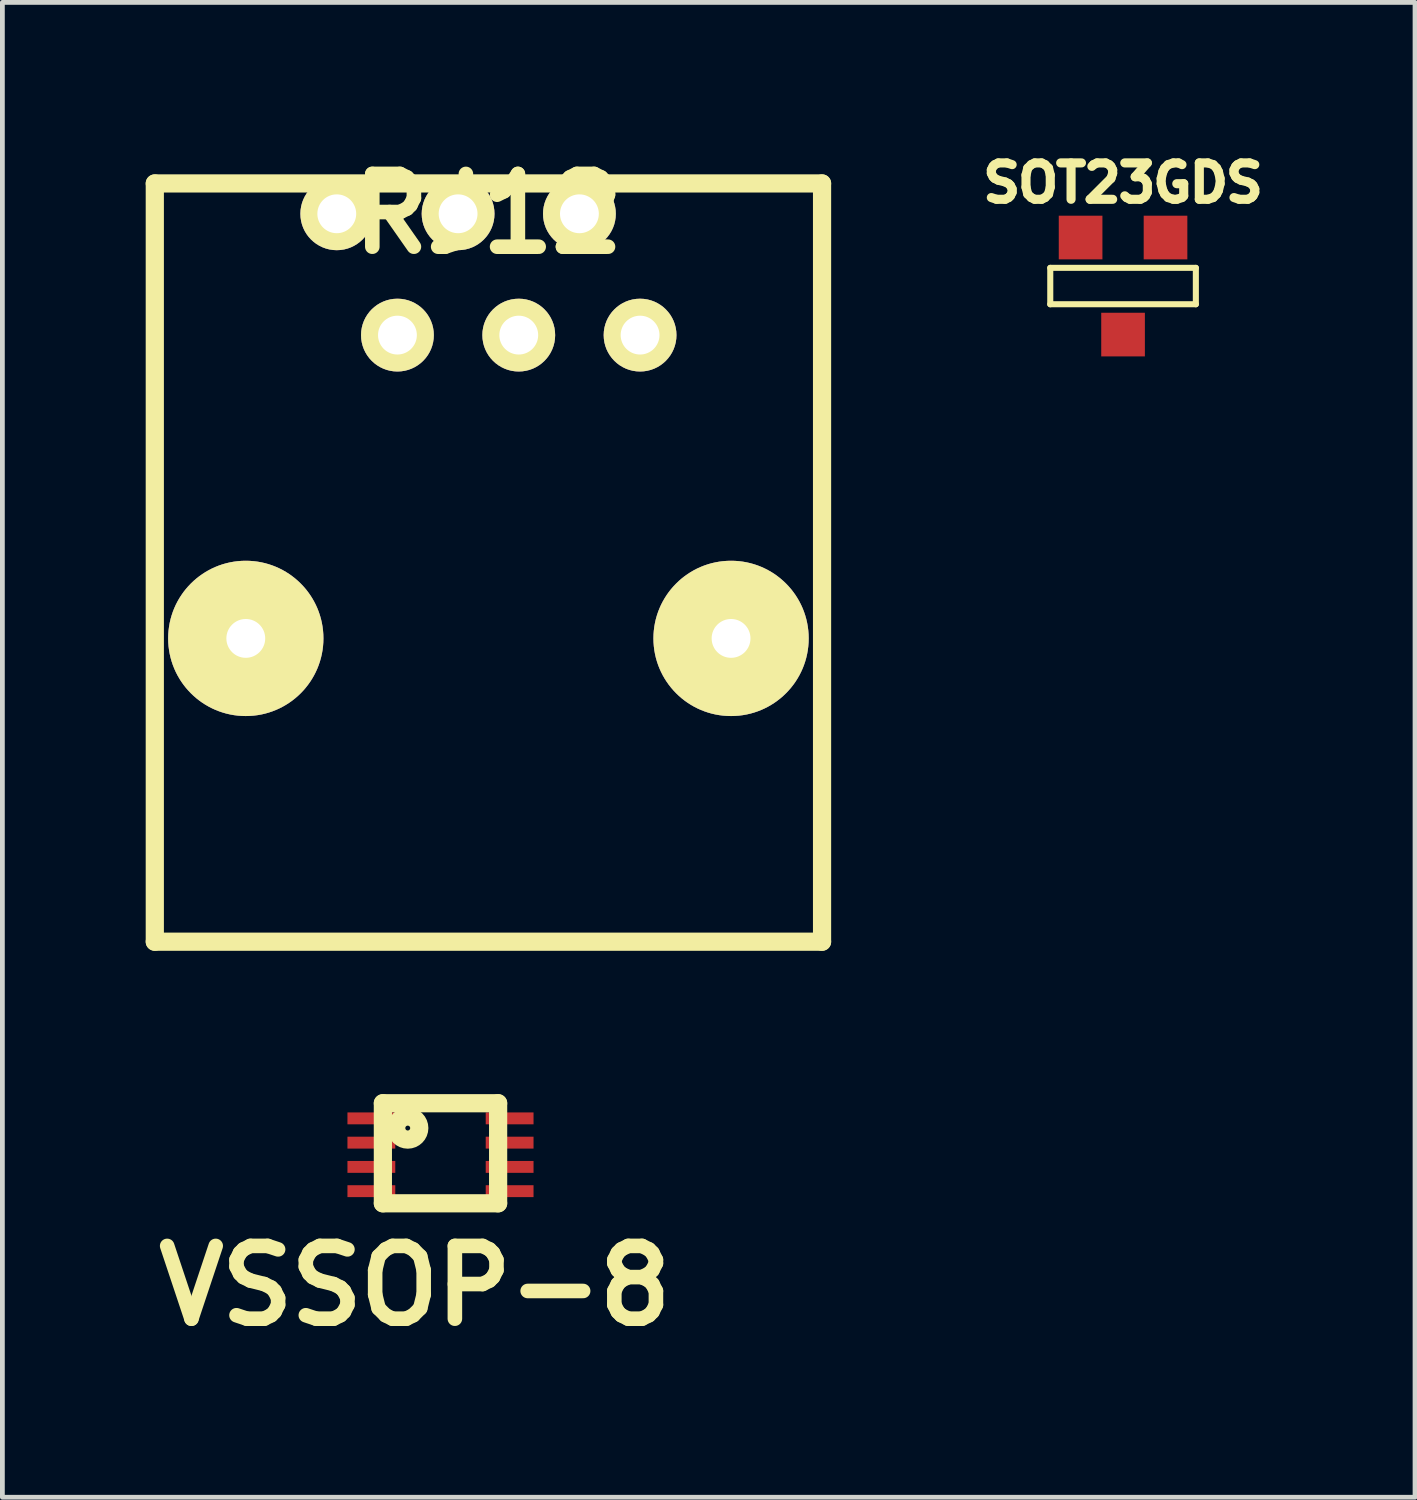
<source format=kicad_pcb>
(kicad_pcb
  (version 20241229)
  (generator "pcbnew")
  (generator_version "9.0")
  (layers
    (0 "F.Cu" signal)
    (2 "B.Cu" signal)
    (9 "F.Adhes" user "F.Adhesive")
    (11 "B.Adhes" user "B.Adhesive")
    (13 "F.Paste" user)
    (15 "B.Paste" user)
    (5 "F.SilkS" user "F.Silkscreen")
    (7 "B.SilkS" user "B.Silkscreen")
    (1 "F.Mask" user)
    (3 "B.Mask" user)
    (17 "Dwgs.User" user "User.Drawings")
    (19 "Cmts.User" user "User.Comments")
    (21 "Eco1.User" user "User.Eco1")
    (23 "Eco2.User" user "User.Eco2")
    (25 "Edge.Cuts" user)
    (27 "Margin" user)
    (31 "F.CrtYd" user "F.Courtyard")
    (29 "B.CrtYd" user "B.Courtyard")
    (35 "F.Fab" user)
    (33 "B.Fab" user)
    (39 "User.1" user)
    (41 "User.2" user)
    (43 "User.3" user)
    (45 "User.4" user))
  (footprint "VSSOP-8"
    (layer "F.Cu")
    (at 6.198 21.127)
    (property "Reference" "VSSOP-8" (at -0.559 2.743 0) (layer "F.SilkS") (effects (font (size 1.524 1.524) (thickness 0.305))))
    (attr through_hole)
    (fp_line (start -1.232 -1.079) (end -1.232 1.016) (stroke (width 0.381) (type solid)) (layer "F.SilkS"))
    (fp_line (start -1.232 1.016) (end 1.181 1.016) (stroke (width 0.381) (type solid)) (layer "F.SilkS"))
    (fp_line (start 1.181 -1.079) (end -1.232 -1.079) (stroke (width 0.381) (type solid)) (layer "F.SilkS"))
    (fp_line (start 1.181 1.016) (end 1.181 -1.079) (stroke (width 0.381) (type solid)) (layer "F.SilkS"))
    (fp_circle (center -0.711 -0.559) (end -0.66 -0.559) (stroke (width 0.381) (type solid)) (fill no) (layer "F.SilkS"))
    (pad "1" smd rect (at -1.473 -0.762 90) (size 0.249 1.001) (layers "F.Cu" "F.Mask" "F.Paste"))
    (pad "2" smd rect (at -1.473 -0.254 90) (size 0.249 1.001) (layers "F.Cu" "F.Mask" "F.Paste"))
    (pad "3" smd rect (at -1.473 0.254 90) (size 0.249 1.001) (layers "F.Cu" "F.Mask" "F.Paste"))
    (pad "4" smd rect (at -1.473 0.762 90) (size 0.249 1.001) (layers "F.Cu" "F.Mask" "F.Paste"))
    (pad "5" smd rect (at 1.422 0.762 90) (size 0.249 1.001) (layers "F.Cu" "F.Mask" "F.Paste"))
    (pad "6" smd rect (at 1.422 0.254 90) (size 0.249 1.001) (layers "F.Cu" "F.Mask" "F.Paste"))
    (pad "7" smd rect (at 1.422 -0.254 90) (size 0.249 1.001) (layers "F.Cu" "F.Mask" "F.Paste"))
    (pad "8" smd rect (at 1.422 -0.762 90) (size 0.249 1.001) (layers "F.Cu" "F.Mask" "F.Paste")))
  (footprint "SOT23GDS"
    (layer "F.Cu")
    (at 20.463 2.939)
    (property "Reference" "SOT23GDS" (at 0 -2.159 0) (layer "F.SilkS") (effects (font (size 0.762 0.762) (thickness 0.191))))
    (attr smd)
    (fp_line (start -1.524 -0.381) (end 1.524 -0.381) (stroke (width 0.127) (type solid)) (layer "F.SilkS"))
    (fp_line (start -1.524 0.381) (end -1.524 -0.381) (stroke (width 0.127) (type solid)) (layer "F.SilkS"))
    (fp_line (start 1.524 -0.381) (end 1.524 0.381) (stroke (width 0.127) (type solid)) (layer "F.SilkS"))
    (fp_line (start 1.524 0.381) (end -1.524 0.381) (stroke (width 0.127) (type solid)) (layer "F.SilkS"))
    (pad "D" smd rect (at 0 1.016) (size 0.914 0.914) (layers "F.Cu" "F.Mask" "F.Paste"))
    (pad "G" smd rect (at 0.889 -1.016) (size 0.914 0.914) (layers "F.Cu" "F.Mask" "F.Paste"))
    (pad "S" smd rect (at -0.889 -1.016) (size 0.914 0.914) (layers "F.Cu" "F.Mask" "F.Paste")))
  (footprint "RJ12"
    (layer "F.Cu")
    (at 7.176 1.426)
    (property "Reference" "RJ12" (at 0 0 0) (layer "F.SilkS") (effects (font (size 1.524 1.524) (thickness 0.305))))
    (attr through_hole)
    (fp_line (start -6.985 -0.635) (end 6.985 -0.635) (stroke (width 0.381) (type solid)) (layer "F.SilkS"))
    (fp_line (start -6.985 15.24) (end -6.985 -0.635) (stroke (width 0.381) (type solid)) (layer "F.SilkS"))
    (fp_line (start 6.985 -0.635) (end 6.985 15.24) (stroke (width 0.381) (type solid)) (layer "F.SilkS"))
    (fp_line (start 6.985 15.24) (end -6.985 15.24) (stroke (width 0.381) (type solid)) (layer "F.SilkS"))
    (pad "1" thru_hole circle (at -3.175 0) (size 1.524 1.524) (drill 0.813) (layers "*.Cu" "*.Mask" "F.SilkS"))
    (pad "2" thru_hole circle (at -1.905 2.54) (size 1.524 1.524) (drill 0.813) (layers "*.Cu" "*.Mask" "F.SilkS"))
    (pad "3" thru_hole circle (at -0.635 0) (size 1.524 1.524) (drill 0.813) (layers "*.Cu" "*.Mask" "F.SilkS"))
    (pad "4" thru_hole circle (at 0.635 2.54) (size 1.524 1.524) (drill 0.813) (layers "*.Cu" "*.Mask" "F.SilkS"))
    (pad "5" thru_hole circle (at 1.905 0) (size 1.524 1.524) (drill 0.813) (layers "*.Cu" "*.Mask" "F.SilkS"))
    (pad "6" thru_hole circle (at 3.175 2.54) (size 1.524 1.524) (drill 0.813) (layers "*.Cu" "*.Mask" "F.SilkS"))
    (pad "7" thru_hole circle (at -5.08 8.89) (size 3.251 3.251) (drill 0.813) (layers "*.Cu" "*.Mask" "F.SilkS"))
    (pad "8" thru_hole circle (at 5.08 8.89) (size 3.251 3.251) (drill 0.813) (layers "*.Cu" "*.Mask" "F.SilkS")))
  (gr_rect
    (start -3 -3)
    (end 26.576 28.297)
    (stroke (width 0.1) (type default))
    (fill no)
    (layer "Edge.Cuts")))
</source>
